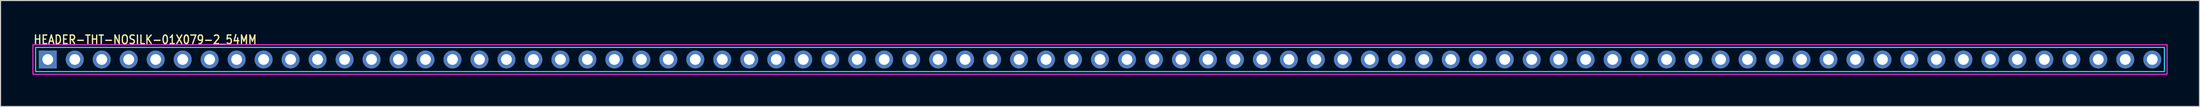
<source format=kicad_pcb>
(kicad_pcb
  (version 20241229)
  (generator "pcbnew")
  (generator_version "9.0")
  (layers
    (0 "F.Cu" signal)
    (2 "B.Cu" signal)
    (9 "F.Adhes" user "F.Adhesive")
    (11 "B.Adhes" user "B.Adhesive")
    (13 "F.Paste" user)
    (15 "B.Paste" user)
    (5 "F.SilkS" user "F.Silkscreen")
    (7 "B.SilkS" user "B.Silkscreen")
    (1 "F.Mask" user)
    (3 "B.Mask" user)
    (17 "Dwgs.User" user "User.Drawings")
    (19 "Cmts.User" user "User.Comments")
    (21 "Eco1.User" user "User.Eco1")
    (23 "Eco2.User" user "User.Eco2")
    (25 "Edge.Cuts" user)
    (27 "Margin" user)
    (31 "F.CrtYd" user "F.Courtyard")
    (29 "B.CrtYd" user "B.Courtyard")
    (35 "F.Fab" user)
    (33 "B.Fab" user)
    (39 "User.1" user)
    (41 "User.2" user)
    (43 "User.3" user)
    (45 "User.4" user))
  (footprint "HEADER-THT-NOSILK-01X079-2_54MM"
    (layer "F.Cu")
    (at 1.447 2.579)
    (property "Reference" "HEADER-THT-NOSILK-01X079-2_54MM" (at -1.4 -1.4 0) (unlocked yes) (layer "F.SilkS") (effects (font (size 0.813 0.695) (thickness 0.122)) (justify left bottom)))
    (fp_poly (pts (xy -1.143 -1.143) (xy 199.263 -1.143) (xy 199.263 1.143) (xy -1.143 1.143)) (stroke (width 0.1) (type solid)) (fill no) (layer "B.CrtYd"))
    (fp_poly (pts (xy -1.397 -1.397) (xy 199.517 -1.397) (xy 199.517 1.397) (xy -1.397 1.397)) (stroke (width 0.1) (type solid)) (fill no) (layer "F.CrtYd"))
    (pad "1" thru_hole rect (at 0 0) (size 1.693 1.693) (drill 1.016) (layers "*.Cu" "*.Mask"))
    (pad "2" thru_hole oval (at 2.54 0) (size 1.693 1.693) (drill 1.016) (layers "*.Cu" "*.Mask"))
    (pad "3" thru_hole oval (at 5.08 0) (size 1.693 1.693) (drill 1.016) (layers "*.Cu" "*.Mask"))
    (pad "4" thru_hole oval (at 7.62 0) (size 1.693 1.693) (drill 1.016) (layers "*.Cu" "*.Mask"))
    (pad "5" thru_hole oval (at 10.16 0) (size 1.693 1.693) (drill 1.016) (layers "*.Cu" "*.Mask"))
    (pad "6" thru_hole oval (at 12.7 0) (size 1.693 1.693) (drill 1.016) (layers "*.Cu" "*.Mask"))
    (pad "7" thru_hole oval (at 15.24 0) (size 1.693 1.693) (drill 1.016) (layers "*.Cu" "*.Mask"))
    (pad "8" thru_hole oval (at 17.78 0) (size 1.693 1.693) (drill 1.016) (layers "*.Cu" "*.Mask"))
    (pad "9" thru_hole oval (at 20.32 0) (size 1.693 1.693) (drill 1.016) (layers "*.Cu" "*.Mask"))
    (pad "10" thru_hole oval (at 22.86 0) (size 1.693 1.693) (drill 1.016) (layers "*.Cu" "*.Mask"))
    (pad "11" thru_hole oval (at 25.4 0) (size 1.693 1.693) (drill 1.016) (layers "*.Cu" "*.Mask"))
    (pad "12" thru_hole oval (at 27.94 0) (size 1.693 1.693) (drill 1.016) (layers "*.Cu" "*.Mask"))
    (pad "13" thru_hole oval (at 30.48 0) (size 1.693 1.693) (drill 1.016) (layers "*.Cu" "*.Mask"))
    (pad "14" thru_hole oval (at 33.02 0) (size 1.693 1.693) (drill 1.016) (layers "*.Cu" "*.Mask"))
    (pad "15" thru_hole oval (at 35.56 0) (size 1.693 1.693) (drill 1.016) (layers "*.Cu" "*.Mask"))
    (pad "16" thru_hole oval (at 38.1 0) (size 1.693 1.693) (drill 1.016) (layers "*.Cu" "*.Mask"))
    (pad "17" thru_hole oval (at 40.64 0) (size 1.693 1.693) (drill 1.016) (layers "*.Cu" "*.Mask"))
    (pad "18" thru_hole oval (at 43.18 0) (size 1.693 1.693) (drill 1.016) (layers "*.Cu" "*.Mask"))
    (pad "19" thru_hole oval (at 45.72 0) (size 1.693 1.693) (drill 1.016) (layers "*.Cu" "*.Mask"))
    (pad "20" thru_hole oval (at 48.26 0) (size 1.693 1.693) (drill 1.016) (layers "*.Cu" "*.Mask"))
    (pad "21" thru_hole oval (at 50.8 0) (size 1.693 1.693) (drill 1.016) (layers "*.Cu" "*.Mask"))
    (pad "22" thru_hole oval (at 53.34 0) (size 1.693 1.693) (drill 1.016) (layers "*.Cu" "*.Mask"))
    (pad "23" thru_hole oval (at 55.88 0) (size 1.693 1.693) (drill 1.016) (layers "*.Cu" "*.Mask"))
    (pad "24" thru_hole oval (at 58.42 0) (size 1.693 1.693) (drill 1.016) (layers "*.Cu" "*.Mask"))
    (pad "25" thru_hole oval (at 60.96 0) (size 1.693 1.693) (drill 1.016) (layers "*.Cu" "*.Mask"))
    (pad "26" thru_hole oval (at 63.5 0) (size 1.693 1.693) (drill 1.016) (layers "*.Cu" "*.Mask"))
    (pad "27" thru_hole oval (at 66.04 0) (size 1.693 1.693) (drill 1.016) (layers "*.Cu" "*.Mask"))
    (pad "28" thru_hole oval (at 68.58 0) (size 1.693 1.693) (drill 1.016) (layers "*.Cu" "*.Mask"))
    (pad "29" thru_hole oval (at 71.12 0) (size 1.693 1.693) (drill 1.016) (layers "*.Cu" "*.Mask"))
    (pad "30" thru_hole oval (at 73.66 0) (size 1.693 1.693) (drill 1.016) (layers "*.Cu" "*.Mask"))
    (pad "31" thru_hole oval (at 76.2 0) (size 1.693 1.693) (drill 1.016) (layers "*.Cu" "*.Mask"))
    (pad "32" thru_hole oval (at 78.74 0) (size 1.693 1.693) (drill 1.016) (layers "*.Cu" "*.Mask"))
    (pad "33" thru_hole oval (at 81.28 0) (size 1.693 1.693) (drill 1.016) (layers "*.Cu" "*.Mask"))
    (pad "34" thru_hole oval (at 83.82 0) (size 1.693 1.693) (drill 1.016) (layers "*.Cu" "*.Mask"))
    (pad "35" thru_hole oval (at 86.36 0) (size 1.693 1.693) (drill 1.016) (layers "*.Cu" "*.Mask"))
    (pad "36" thru_hole oval (at 88.9 0) (size 1.693 1.693) (drill 1.016) (layers "*.Cu" "*.Mask"))
    (pad "37" thru_hole oval (at 91.44 0) (size 1.693 1.693) (drill 1.016) (layers "*.Cu" "*.Mask"))
    (pad "38" thru_hole oval (at 93.98 0) (size 1.693 1.693) (drill 1.016) (layers "*.Cu" "*.Mask"))
    (pad "39" thru_hole oval (at 96.52 0) (size 1.693 1.693) (drill 1.016) (layers "*.Cu" "*.Mask"))
    (pad "40" thru_hole oval (at 99.06 0) (size 1.693 1.693) (drill 1.016) (layers "*.Cu" "*.Mask"))
    (pad "41" thru_hole oval (at 101.6 0) (size 1.693 1.693) (drill 1.016) (layers "*.Cu" "*.Mask"))
    (pad "42" thru_hole oval (at 104.14 0) (size 1.693 1.693) (drill 1.016) (layers "*.Cu" "*.Mask"))
    (pad "43" thru_hole oval (at 106.68 0) (size 1.693 1.693) (drill 1.016) (layers "*.Cu" "*.Mask"))
    (pad "44" thru_hole oval (at 109.22 0) (size 1.693 1.693) (drill 1.016) (layers "*.Cu" "*.Mask"))
    (pad "45" thru_hole oval (at 111.76 0) (size 1.693 1.693) (drill 1.016) (layers "*.Cu" "*.Mask"))
    (pad "46" thru_hole oval (at 114.3 0) (size 1.693 1.693) (drill 1.016) (layers "*.Cu" "*.Mask"))
    (pad "47" thru_hole oval (at 116.84 0) (size 1.693 1.693) (drill 1.016) (layers "*.Cu" "*.Mask"))
    (pad "48" thru_hole oval (at 119.38 0) (size 1.693 1.693) (drill 1.016) (layers "*.Cu" "*.Mask"))
    (pad "49" thru_hole oval (at 121.92 0) (size 1.693 1.693) (drill 1.016) (layers "*.Cu" "*.Mask"))
    (pad "50" thru_hole oval (at 124.46 0) (size 1.693 1.693) (drill 1.016) (layers "*.Cu" "*.Mask"))
    (pad "51" thru_hole oval (at 127 0) (size 1.693 1.693) (drill 1.016) (layers "*.Cu" "*.Mask"))
    (pad "52" thru_hole oval (at 129.54 0) (size 1.693 1.693) (drill 1.016) (layers "*.Cu" "*.Mask"))
    (pad "53" thru_hole oval (at 132.08 0) (size 1.693 1.693) (drill 1.016) (layers "*.Cu" "*.Mask"))
    (pad "54" thru_hole oval (at 134.62 0) (size 1.693 1.693) (drill 1.016) (layers "*.Cu" "*.Mask"))
    (pad "55" thru_hole oval (at 137.16 0) (size 1.693 1.693) (drill 1.016) (layers "*.Cu" "*.Mask"))
    (pad "56" thru_hole oval (at 139.7 0) (size 1.693 1.693) (drill 1.016) (layers "*.Cu" "*.Mask"))
    (pad "57" thru_hole oval (at 142.24 0) (size 1.693 1.693) (drill 1.016) (layers "*.Cu" "*.Mask"))
    (pad "58" thru_hole oval (at 144.78 0) (size 1.693 1.693) (drill 1.016) (layers "*.Cu" "*.Mask"))
    (pad "59" thru_hole oval (at 147.32 0) (size 1.693 1.693) (drill 1.016) (layers "*.Cu" "*.Mask"))
    (pad "60" thru_hole oval (at 149.86 0) (size 1.693 1.693) (drill 1.016) (layers "*.Cu" "*.Mask"))
    (pad "61" thru_hole oval (at 152.4 0) (size 1.693 1.693) (drill 1.016) (layers "*.Cu" "*.Mask"))
    (pad "62" thru_hole oval (at 154.94 0) (size 1.693 1.693) (drill 1.016) (layers "*.Cu" "*.Mask"))
    (pad "63" thru_hole oval (at 157.48 0) (size 1.693 1.693) (drill 1.016) (layers "*.Cu" "*.Mask"))
    (pad "64" thru_hole oval (at 160.02 0) (size 1.693 1.693) (drill 1.016) (layers "*.Cu" "*.Mask"))
    (pad "65" thru_hole oval (at 162.56 0) (size 1.693 1.693) (drill 1.016) (layers "*.Cu" "*.Mask"))
    (pad "66" thru_hole oval (at 165.1 0) (size 1.693 1.693) (drill 1.016) (layers "*.Cu" "*.Mask"))
    (pad "67" thru_hole oval (at 167.64 0) (size 1.693 1.693) (drill 1.016) (layers "*.Cu" "*.Mask"))
    (pad "68" thru_hole oval (at 170.18 0) (size 1.693 1.693) (drill 1.016) (layers "*.Cu" "*.Mask"))
    (pad "69" thru_hole oval (at 172.72 0) (size 1.693 1.693) (drill 1.016) (layers "*.Cu" "*.Mask"))
    (pad "70" thru_hole oval (at 175.26 0) (size 1.693 1.693) (drill 1.016) (layers "*.Cu" "*.Mask"))
    (pad "71" thru_hole oval (at 177.8 0) (size 1.693 1.693) (drill 1.016) (layers "*.Cu" "*.Mask"))
    (pad "72" thru_hole oval (at 180.34 0) (size 1.693 1.693) (drill 1.016) (layers "*.Cu" "*.Mask"))
    (pad "73" thru_hole oval (at 182.88 0) (size 1.693 1.693) (drill 1.016) (layers "*.Cu" "*.Mask"))
    (pad "74" thru_hole oval (at 185.42 0) (size 1.693 1.693) (drill 1.016) (layers "*.Cu" "*.Mask"))
    (pad "75" thru_hole oval (at 187.96 0) (size 1.693 1.693) (drill 1.016) (layers "*.Cu" "*.Mask"))
    (pad "76" thru_hole oval (at 190.5 0) (size 1.693 1.693) (drill 1.016) (layers "*.Cu" "*.Mask"))
    (pad "77" thru_hole oval (at 193.04 0) (size 1.693 1.693) (drill 1.016) (layers "*.Cu" "*.Mask"))
    (pad "78" thru_hole oval (at 195.58 0) (size 1.693 1.693) (drill 1.016) (layers "*.Cu" "*.Mask"))
    (pad "79" thru_hole oval (at 198.12 0) (size 1.693 1.693) (drill 1.016) (layers "*.Cu" "*.Mask")))
  (gr_rect
    (start -3 -3)
    (end 204.014 7.026)
    (stroke (width 0.1) (type default))
    (fill no)
    (layer "Edge.Cuts")))
</source>
